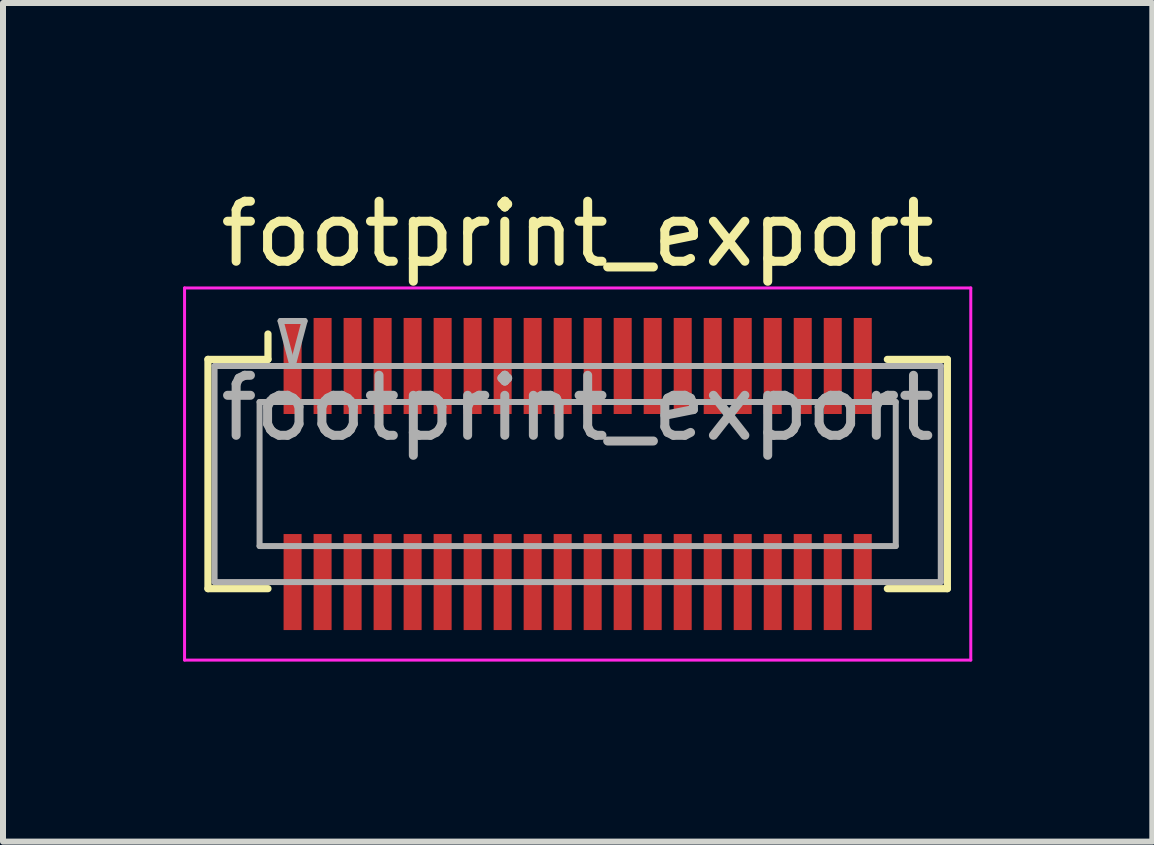
<source format=kicad_pcb>
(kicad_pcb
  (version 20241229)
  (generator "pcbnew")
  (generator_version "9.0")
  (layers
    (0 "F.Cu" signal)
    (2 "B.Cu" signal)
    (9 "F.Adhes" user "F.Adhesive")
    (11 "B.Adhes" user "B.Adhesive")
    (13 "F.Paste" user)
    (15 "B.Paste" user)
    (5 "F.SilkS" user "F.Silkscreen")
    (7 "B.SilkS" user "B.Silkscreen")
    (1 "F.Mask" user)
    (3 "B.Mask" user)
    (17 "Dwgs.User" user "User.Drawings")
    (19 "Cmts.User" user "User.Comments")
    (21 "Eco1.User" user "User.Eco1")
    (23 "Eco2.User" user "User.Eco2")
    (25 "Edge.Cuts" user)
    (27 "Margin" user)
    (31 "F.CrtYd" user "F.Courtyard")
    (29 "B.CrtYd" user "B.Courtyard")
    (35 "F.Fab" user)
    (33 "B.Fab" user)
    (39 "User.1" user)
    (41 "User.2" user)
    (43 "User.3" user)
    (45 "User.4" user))
  (footprint "footprint_export"
    (layer "F.Cu")
    (at 6.575 4.848)
    (property "Reference" "footprint_export" (at 0 -4 0) (layer "F.SilkS") (effects (font (size 1 1) (thickness 0.15))))
    (attr smd)
    (fp_line (start -6.16 -1.91) (end -5.16 -1.91) (stroke (width 0.12) (type solid)) (layer "F.SilkS"))
    (fp_line (start -6.16 1.91) (end -6.16 -1.91) (stroke (width 0.12) (type solid)) (layer "F.SilkS"))
    (fp_line (start -5.16 -1.91) (end -5.16 -2.333) (stroke (width 0.12) (type solid)) (layer "F.SilkS"))
    (fp_line (start -5.16 1.91) (end -6.16 1.91) (stroke (width 0.12) (type solid)) (layer "F.SilkS"))
    (fp_line (start 5.16 1.91) (end 6.16 1.91) (stroke (width 0.12) (type solid)) (layer "F.SilkS"))
    (fp_line (start 6.16 -1.91) (end 5.16 -1.91) (stroke (width 0.12) (type solid)) (layer "F.SilkS"))
    (fp_line (start 6.16 1.91) (end 6.16 -1.91) (stroke (width 0.12) (type solid)) (layer "F.SilkS"))
    (fp_line (start -6.55 -3.1) (end -6.55 3.1) (stroke (width 0.05) (type solid)) (layer "F.CrtYd"))
    (fp_line (start -6.55 3.1) (end 6.55 3.1) (stroke (width 0.05) (type solid)) (layer "F.CrtYd"))
    (fp_line (start 6.55 -3.1) (end -6.55 -3.1) (stroke (width 0.05) (type solid)) (layer "F.CrtYd"))
    (fp_line (start 6.55 3.1) (end 6.55 -3.1) (stroke (width 0.05) (type solid)) (layer "F.CrtYd"))
    (fp_line (start -6.05 -1.8) (end 6.05 -1.8) (stroke (width 0.1) (type solid)) (layer "F.Fab"))
    (fp_line (start -6.05 1.8) (end -6.05 -1.8) (stroke (width 0.1) (type solid)) (layer "F.Fab"))
    (fp_line (start -5.3 -1.2) (end 5.3 -1.2) (stroke (width 0.1) (type solid)) (layer "F.Fab"))
    (fp_line (start -5.3 1.2) (end -5.3 -1.2) (stroke (width 0.1) (type solid)) (layer "F.Fab"))
    (fp_line (start -4.95 -2.55) (end -4.75 -1.8) (stroke (width 0.1) (type solid)) (layer "F.Fab"))
    (fp_line (start -4.75 -1.8) (end -4.55 -2.55) (stroke (width 0.1) (type solid)) (layer "F.Fab"))
    (fp_line (start -4.55 -2.55) (end -4.95 -2.55) (stroke (width 0.1) (type solid)) (layer "F.Fab"))
    (fp_line (start 5.3 -1.2) (end 5.3 1.2) (stroke (width 0.1) (type solid)) (layer "F.Fab"))
    (fp_line (start 5.3 1.2) (end -5.3 1.2) (stroke (width 0.1) (type solid)) (layer "F.Fab"))
    (fp_line (start 6.05 -1.8) (end 6.05 1.8) (stroke (width 0.1) (type solid)) (layer "F.Fab"))
    (fp_line (start 6.05 1.8) (end -6.05 1.8) (stroke (width 0.1) (type solid)) (layer "F.Fab"))
    (fp_text user "${REFERENCE}" (at 0 -1.1 0) (layer "F.Fab") (effects (font (size 1 1) (thickness 0.15))))
    (pad "" smd rect (at -4.75 -2) (size 0.28 1.2) (layers "F.Paste"))
    (pad "" smd rect (at -4.75 2) (size 0.28 1.2) (layers "F.Paste"))
    (pad "" smd rect (at -4.25 -2) (size 0.28 1.2) (layers "F.Paste"))
    (pad "" smd rect (at -4.25 2) (size 0.28 1.2) (layers "F.Paste"))
    (pad "" smd rect (at -3.75 -2) (size 0.28 1.2) (layers "F.Paste"))
    (pad "" smd rect (at -3.75 2) (size 0.28 1.2) (layers "F.Paste"))
    (pad "" smd rect (at -3.25 -2) (size 0.28 1.2) (layers "F.Paste"))
    (pad "" smd rect (at -3.25 2) (size 0.28 1.2) (layers "F.Paste"))
    (pad "" smd rect (at -2.75 -2) (size 0.28 1.2) (layers "F.Paste"))
    (pad "" smd rect (at -2.75 2) (size 0.28 1.2) (layers "F.Paste"))
    (pad "" smd rect (at -2.25 -2) (size 0.28 1.2) (layers "F.Paste"))
    (pad "" smd rect (at -2.25 2) (size 0.28 1.2) (layers "F.Paste"))
    (pad "" smd rect (at -1.75 -2) (size 0.28 1.2) (layers "F.Paste"))
    (pad "" smd rect (at -1.75 2) (size 0.28 1.2) (layers "F.Paste"))
    (pad "" smd rect (at -1.25 -2) (size 0.28 1.2) (layers "F.Paste"))
    (pad "" smd rect (at -1.25 2) (size 0.28 1.2) (layers "F.Paste"))
    (pad "" smd rect (at -0.75 -2) (size 0.28 1.2) (layers "F.Paste"))
    (pad "" smd rect (at -0.75 2) (size 0.28 1.2) (layers "F.Paste"))
    (pad "" smd rect (at -0.25 -2) (size 0.28 1.2) (layers "F.Paste"))
    (pad "" smd rect (at -0.25 2) (size 0.28 1.2) (layers "F.Paste"))
    (pad "" smd rect (at 0.25 -2) (size 0.28 1.2) (layers "F.Paste"))
    (pad "" smd rect (at 0.25 2) (size 0.28 1.2) (layers "F.Paste"))
    (pad "" smd rect (at 0.75 -2) (size 0.28 1.2) (layers "F.Paste"))
    (pad "" smd rect (at 0.75 2) (size 0.28 1.2) (layers "F.Paste"))
    (pad "" smd rect (at 1.25 -2) (size 0.28 1.2) (layers "F.Paste"))
    (pad "" smd rect (at 1.25 2) (size 0.28 1.2) (layers "F.Paste"))
    (pad "" smd rect (at 1.75 -2) (size 0.28 1.2) (layers "F.Paste"))
    (pad "" smd rect (at 1.75 2) (size 0.28 1.2) (layers "F.Paste"))
    (pad "" smd rect (at 2.25 -2) (size 0.28 1.2) (layers "F.Paste"))
    (pad "" smd rect (at 2.25 2) (size 0.28 1.2) (layers "F.Paste"))
    (pad "" smd rect (at 2.75 -2) (size 0.28 1.2) (layers "F.Paste"))
    (pad "" smd rect (at 2.75 2) (size 0.28 1.2) (layers "F.Paste"))
    (pad "" smd rect (at 3.25 -2) (size 0.28 1.2) (layers "F.Paste"))
    (pad "" smd rect (at 3.25 2) (size 0.28 1.2) (layers "F.Paste"))
    (pad "" smd rect (at 3.75 -2) (size 0.28 1.2) (layers "F.Paste"))
    (pad "" smd rect (at 3.75 2) (size 0.28 1.2) (layers "F.Paste"))
    (pad "" smd rect (at 4.25 -2) (size 0.28 1.2) (layers "F.Paste"))
    (pad "" smd rect (at 4.25 2) (size 0.28 1.2) (layers "F.Paste"))
    (pad "" smd rect (at 4.75 -2) (size 0.28 1.2) (layers "F.Paste"))
    (pad "" smd rect (at 4.75 2) (size 0.28 1.2) (layers "F.Paste"))
    (pad "1" smd rect (at -4.75 -1.8) (size 0.3 1.6) (layers "F.Cu" "F.Mask"))
    (pad "2" smd rect (at -4.25 -1.8) (size 0.3 1.6) (layers "F.Cu" "F.Mask"))
    (pad "3" smd rect (at -3.75 -1.8) (size 0.3 1.6) (layers "F.Cu" "F.Mask"))
    (pad "4" smd rect (at -3.25 -1.8) (size 0.3 1.6) (layers "F.Cu" "F.Mask"))
    (pad "5" smd rect (at -2.75 -1.8) (size 0.3 1.6) (layers "F.Cu" "F.Mask"))
    (pad "6" smd rect (at -2.25 -1.8) (size 0.3 1.6) (layers "F.Cu" "F.Mask"))
    (pad "7" smd rect (at -1.75 -1.8) (size 0.3 1.6) (layers "F.Cu" "F.Mask"))
    (pad "8" smd rect (at -1.25 -1.8) (size 0.3 1.6) (layers "F.Cu" "F.Mask"))
    (pad "9" smd rect (at -0.75 -1.8) (size 0.3 1.6) (layers "F.Cu" "F.Mask"))
    (pad "10" smd rect (at -0.25 -1.8) (size 0.3 1.6) (layers "F.Cu" "F.Mask"))
    (pad "11" smd rect (at 0.25 -1.8) (size 0.3 1.6) (layers "F.Cu" "F.Mask"))
    (pad "12" smd rect (at 0.75 -1.8) (size 0.3 1.6) (layers "F.Cu" "F.Mask"))
    (pad "13" smd rect (at 1.25 -1.8) (size 0.3 1.6) (layers "F.Cu" "F.Mask"))
    (pad "14" smd rect (at 1.75 -1.8) (size 0.3 1.6) (layers "F.Cu" "F.Mask"))
    (pad "15" smd rect (at 2.25 -1.8) (size 0.3 1.6) (layers "F.Cu" "F.Mask"))
    (pad "16" smd rect (at 2.75 -1.8) (size 0.3 1.6) (layers "F.Cu" "F.Mask"))
    (pad "17" smd rect (at 3.25 -1.8) (size 0.3 1.6) (layers "F.Cu" "F.Mask"))
    (pad "18" smd rect (at 3.75 -1.8) (size 0.3 1.6) (layers "F.Cu" "F.Mask"))
    (pad "19" smd rect (at 4.25 -1.8) (size 0.3 1.6) (layers "F.Cu" "F.Mask"))
    (pad "20" smd rect (at 4.75 -1.8) (size 0.3 1.6) (layers "F.Cu" "F.Mask"))
    (pad "21" smd rect (at -4.75 1.8) (size 0.3 1.6) (layers "F.Cu" "F.Mask"))
    (pad "22" smd rect (at -4.25 1.8) (size 0.3 1.6) (layers "F.Cu" "F.Mask"))
    (pad "23" smd rect (at -3.75 1.8) (size 0.3 1.6) (layers "F.Cu" "F.Mask"))
    (pad "24" smd rect (at -3.25 1.8) (size 0.3 1.6) (layers "F.Cu" "F.Mask"))
    (pad "25" smd rect (at -2.75 1.8) (size 0.3 1.6) (layers "F.Cu" "F.Mask"))
    (pad "26" smd rect (at -2.25 1.8) (size 0.3 1.6) (layers "F.Cu" "F.Mask"))
    (pad "27" smd rect (at -1.75 1.8) (size 0.3 1.6) (layers "F.Cu" "F.Mask"))
    (pad "28" smd rect (at -1.25 1.8) (size 0.3 1.6) (layers "F.Cu" "F.Mask"))
    (pad "29" smd rect (at -0.75 1.8) (size 0.3 1.6) (layers "F.Cu" "F.Mask"))
    (pad "30" smd rect (at -0.25 1.8) (size 0.3 1.6) (layers "F.Cu" "F.Mask"))
    (pad "31" smd rect (at 0.25 1.8) (size 0.3 1.6) (layers "F.Cu" "F.Mask"))
    (pad "32" smd rect (at 0.75 1.8) (size 0.3 1.6) (layers "F.Cu" "F.Mask"))
    (pad "33" smd rect (at 1.25 1.8) (size 0.3 1.6) (layers "F.Cu" "F.Mask"))
    (pad "34" smd rect (at 1.75 1.8) (size 0.3 1.6) (layers "F.Cu" "F.Mask"))
    (pad "35" smd rect (at 2.25 1.8) (size 0.3 1.6) (layers "F.Cu" "F.Mask"))
    (pad "36" smd rect (at 2.75 1.8) (size 0.3 1.6) (layers "F.Cu" "F.Mask"))
    (pad "37" smd rect (at 3.25 1.8) (size 0.3 1.6) (layers "F.Cu" "F.Mask"))
    (pad "38" smd rect (at 3.75 1.8) (size 0.3 1.6) (layers "F.Cu" "F.Mask"))
    (pad "39" smd rect (at 4.25 1.8) (size 0.3 1.6) (layers "F.Cu" "F.Mask"))
    (pad "40" smd rect (at 4.75 1.8) (size 0.3 1.6) (layers "F.Cu" "F.Mask")))
  (gr_rect
    (start -3 -3)
    (end 16.15 10.973)
    (stroke (width 0.1) (type default))
    (fill no)
    (layer "Edge.Cuts")))
</source>
